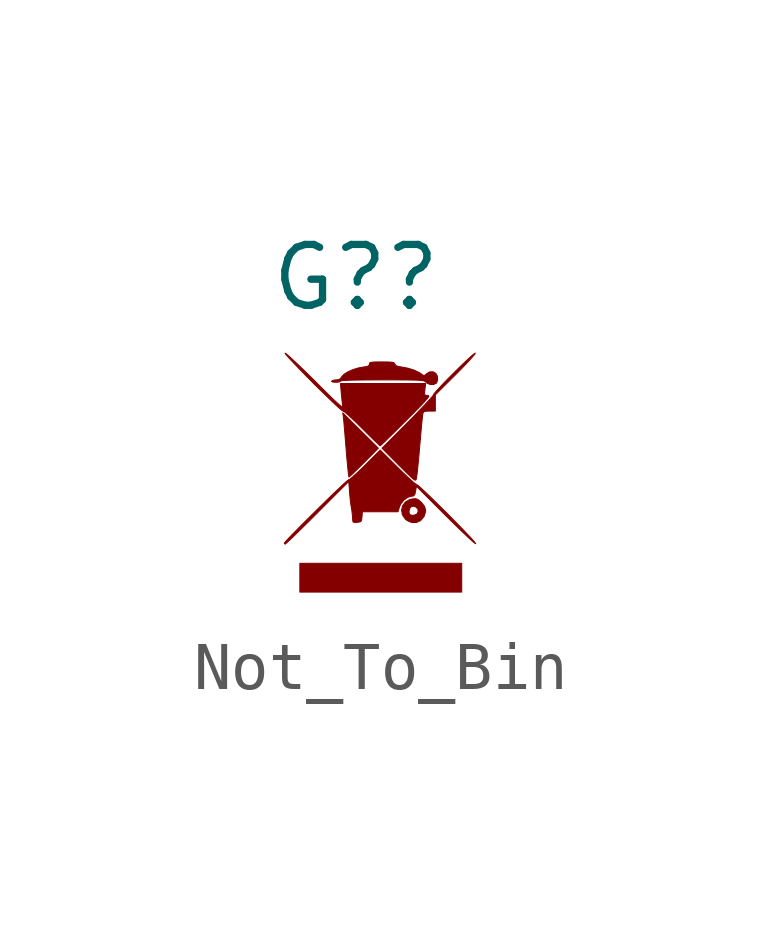
<source format=kicad_sym>
(kicad_symbol_lib
  (version 20231120)
  (generator "kicad_symbol_editor")
  (generator_version "8.0")
  (symbol "Not_To_Bin"
    (pin_names
      (offset 1.016))
    (property "Reference" "G?"
      (at -0.508 4.064 0)
      (effects (font (size 1.27 1.27))))
    (symbol "Not_To_Bin_0_0"
      (polyline (pts (xy 1.702 -2.202) (xy 1.702 -1.902) (xy 0.013 -1.902) (xy -1.677 -1.902) (xy -1.677 -2.202) (xy -1.677 -2.502) (xy 0.013 -2.502) (xy 1.702 -2.502) (xy 1.702 -2.202)) (stroke (width 0.01) (type default)) (fill (type outline)))
      (polyline (pts (xy -0.638 -0.09) (xy -0.593 -0.05) (xy -0.524 0.016) (xy -0.437 0.101) (xy -0.338 0.2) (xy -0.038 0.501) (xy -0.41 0.87) (xy -0.781 1.239) (xy -0.768 1.139) (xy -0.766 1.121) (xy -0.758 1.048) (xy -0.749 0.937) (xy -0.737 0.798) (xy -0.724 0.639) (xy -0.71 0.469) (xy -0.703 0.378) (xy -0.69 0.225) (xy -0.677 0.093) (xy -0.666 -0.01) (xy -0.657 -0.076) (xy -0.652 -0.1) (xy -0.638 -0.09)) (stroke (width 0.01) (type default)) (fill (type outline)))
      (polyline (pts (xy 0.759 -1.049) (xy 0.847 -1.007) (xy 0.913 -0.926) (xy 0.925 -0.903) (xy 0.95 -0.806) (xy 0.93 -0.72) (xy 0.863 -0.632) (xy 0.836 -0.607) (xy 0.785 -0.567) (xy 0.737 -0.553) (xy 0.669 -0.558) (xy 0.616 -0.57) (xy 0.526 -0.622) (xy 0.468 -0.699) (xy 0.446 -0.791) (xy 0.454 -0.834) (xy 0.601 -0.834) (xy 0.609 -0.773) (xy 0.637 -0.727) (xy 0.639 -0.725) (xy 0.695 -0.709) (xy 0.752 -0.729) (xy 0.789 -0.778) (xy 0.793 -0.812) (xy 0.775 -0.865) (xy 0.772 -0.867) (xy 0.724 -0.894) (xy 0.663 -0.9) (xy 0.617 -0.884) (xy 0.615 -0.882) (xy 0.601 -0.834) (xy 0.454 -0.834) (xy 0.463 -0.888) (xy 0.524 -0.978) (xy 0.566 -1.012) (xy 0.661 -1.051) (xy 0.759 -1.049)) (stroke (width 0.01) (type default)) (fill (type outline)))
      (polyline (pts (xy 0.749 -0.155) (xy 0.756 -0.132) (xy 0.76 -0.107) (xy 0.77 -0.033) (xy 0.782 0.077) (xy 0.796 0.216) (xy 0.811 0.377) (xy 0.826 0.55) (xy 0.837 0.673) (xy 0.851 0.837) (xy 0.864 0.981) (xy 0.876 1.098) (xy 0.885 1.18) (xy 0.89 1.22) (xy 0.893 1.233) (xy 0.911 1.261) (xy 0.951 1.273) (xy 1.026 1.276) (xy 1.151 1.276) (xy 1.151 1.445) (xy 1.151 1.615) (xy 1.575 2.038) (xy 1.657 2.12) (xy 1.766 2.232) (xy 1.858 2.33) (xy 1.928 2.408) (xy 1.972 2.461) (xy 1.985 2.485) (xy 1.984 2.486) (xy 1.958 2.47) (xy 1.904 2.425) (xy 1.828 2.356) (xy 1.736 2.269) (xy 1.634 2.17) (xy 1.527 2.064) (xy 1.421 1.958) (xy 1.322 1.856) (xy 1.236 1.765) (xy 1.168 1.691) (xy 1.124 1.639) (xy 1.111 1.614) (xy 1.109 1.608) (xy 1.08 1.571) (xy 1.022 1.506) (xy 0.939 1.416) (xy 0.835 1.306) (xy 0.713 1.181) (xy 0.579 1.045) (xy 0.038 0.501) (xy 0.388 0.149) (xy 0.458 0.08) (xy 0.56 -0.022) (xy 0.634 -0.093) (xy 0.685 -0.139) (xy 0.718 -0.162) (xy 0.738 -0.166) (xy 0.749 -0.155)) (stroke (width 0.01) (type default)) (fill (type outline)))
      (polyline (pts (xy 0.003 0.552) (xy 0.034 0.58) (xy 0.094 0.637) (xy 0.178 0.72) (xy 0.284 0.823) (xy 0.405 0.944) (xy 0.538 1.076) (xy 0.617 1.156) (xy 0.751 1.29) (xy 0.853 1.394) (xy 0.927 1.473) (xy 0.977 1.529) (xy 1.005 1.566) (xy 1.015 1.588) (xy 1.009 1.599) (xy 0.991 1.602) (xy 0.953 1.603) (xy 0.931 1.616) (xy 0.926 1.653) (xy 0.934 1.727) (xy 0.949 1.852) (xy 0.06 1.852) (xy -0.829 1.852) (xy -0.814 1.67) (xy -0.804 1.57) (xy -0.794 1.472) (xy -0.785 1.401) (xy -0.784 1.394) (xy -0.785 1.375) (xy -0.794 1.369) (xy -0.815 1.378) (xy -0.85 1.405) (xy -0.904 1.453) (xy -0.98 1.524) (xy -1.081 1.622) (xy -1.21 1.75) (xy -1.371 1.911) (xy -1.48 2.019) (xy -1.614 2.15) (xy -1.734 2.264) (xy -1.835 2.359) (xy -1.913 2.43) (xy -1.964 2.473) (xy -1.985 2.485) (xy -1.976 2.469) (xy -1.937 2.421) (xy -1.869 2.346) (xy -1.776 2.248) (xy -1.663 2.13) (xy -1.533 1.997) (xy -1.391 1.853) (xy -1.272 1.736) (xy -1.138 1.605) (xy -1.019 1.49) (xy -0.919 1.396) (xy -0.842 1.326) (xy -0.792 1.284) (xy -0.772 1.274) (xy -0.769 1.274) (xy -0.738 1.254) (xy -0.679 1.204) (xy -0.598 1.13) (xy -0.499 1.036) (xy -0.388 0.926) (xy -0.349 0.887) (xy -0.241 0.78) (xy -0.147 0.687) (xy -0.071 0.615) (xy -0.021 0.567) (xy -0.0001 0.55) (xy 0.003 0.552)) (stroke (width 0.01) (type default)) (fill (type outline)))
      (polyline (pts (xy 1.171 1.857) (xy 1.18 1.868) (xy 1.199 1.931) (xy 1.193 2.004) (xy 1.162 2.063) (xy 1.104 2.096) (xy 1.03 2.094) (xy 0.963 2.052) (xy 0.942 2.03) (xy 0.911 2.016) (xy 0.877 2.038) (xy 0.817 2.08) (xy 0.712 2.129) (xy 0.588 2.169) (xy 0.464 2.193) (xy 0.376 2.207) (xy 0.327 2.227) (xy 0.307 2.256) (xy 0.297 2.276) (xy 0.274 2.29) (xy 0.229 2.298) (xy 0.152 2.301) (xy 0.035 2.302) (xy 0.026 2.302) (xy -0.088 2.301) (xy -0.161 2.298) (xy -0.203 2.29) (xy -0.221 2.277) (xy -0.225 2.256) (xy -0.226 2.245) (xy -0.228 2.242) (xy -0.097 2.242) (xy -0.068 2.246) (xy -0.042 2.247) (xy 0.063 2.249) (xy 0.157 2.245) (xy 0.178 2.243) (xy 0.171 2.239) (xy 0.122 2.237) (xy 0.038 2.236) (xy -0.023 2.236) (xy -0.081 2.239) (xy -0.097 2.242) (xy -0.228 2.242) (xy -0.242 2.221) (xy -0.286 2.205) (xy -0.369 2.192) (xy -0.455 2.177) (xy -0.572 2.141) (xy -0.678 2.093) (xy -0.761 2.04) (xy -0.807 1.987) (xy -0.811 1.978) (xy -0.849 1.938) (xy -0.916 1.927) (xy -0.92 1.927) (xy -0.98 1.919) (xy -1.014 1.902) (xy -1.015 1.896) (xy -0.991 1.882) (xy -0.927 1.877) (xy -0.904 1.877) (xy -0.848 1.886) (xy -0.826 1.902) (xy -0.826 1.902) (xy -0.798 1.91) (xy -0.721 1.916) (xy -0.597 1.921) (xy -0.427 1.924) (xy -0.213 1.926) (xy 0.044 1.927) (xy 0.241 1.927) (xy 0.435 1.926) (xy 0.589 1.925) (xy 0.707 1.923) (xy 0.794 1.92) (xy 0.857 1.916) (xy 0.899 1.909) (xy 0.927 1.901) (xy 0.945 1.89) (xy 0.958 1.877) (xy 0.974 1.861) (xy 1.04 1.832) (xy 1.113 1.83) (xy 1.171 1.857)) (stroke (width 0.01) (type default)) (fill (type outline)))
      (polyline (pts (xy -1.983 -1.501) (xy -1.96 -1.482) (xy -1.906 -1.432) (xy -1.825 -1.355) (xy -1.72 -1.253) (xy -1.597 -1.132) (xy -1.459 -0.996) (xy -1.31 -0.847) (xy -0.656 -0.193) (xy -0.639 -0.416) (xy -0.637 -0.445) (xy -0.626 -0.564) (xy -0.612 -0.676) (xy -0.599 -0.758) (xy -0.593 -0.79) (xy -0.581 -0.886) (xy -0.576 -0.966) (xy -0.575 -0.988) (xy -0.569 -1.033) (xy -0.543 -1.049) (xy -0.482 -1.046) (xy -0.45 -1.043) (xy -0.406 -1.031) (xy -0.388 -0.999) (xy -0.38 -0.932) (xy -0.372 -0.826) (xy -0.001 -0.826) (xy 0.371 -0.826) (xy 0.404 -0.72) (xy 0.429 -0.665) (xy 0.495 -0.582) (xy 0.578 -0.523) (xy 0.665 -0.5) (xy 0.699 -0.494) (xy 0.723 -0.464) (xy 0.739 -0.397) (xy 0.756 -0.294) (xy 1.366 -0.903) (xy 1.484 -1.02) (xy 1.618 -1.152) (xy 1.739 -1.268) (xy 1.841 -1.364) (xy 1.92 -1.436) (xy 1.972 -1.48) (xy 1.994 -1.493) (xy 1.993 -1.489) (xy 1.968 -1.455) (xy 1.914 -1.393) (xy 1.835 -1.309) (xy 1.737 -1.206) (xy 1.624 -1.09) (xy 1.502 -0.966) (xy 1.375 -0.838) (xy 1.248 -0.712) (xy 1.126 -0.592) (xy 1.014 -0.483) (xy 0.917 -0.391) (xy 0.84 -0.32) (xy 0.787 -0.274) (xy 0.763 -0.26) (xy 0.76 -0.259) (xy 0.726 -0.236) (xy 0.665 -0.184) (xy 0.581 -0.108) (xy 0.481 -0.013) (xy 0.369 0.096) (xy 0.0001 0.462) (xy -0.32 0.143) (xy -0.417 0.047) (xy -0.51 -0.039) (xy -0.585 -0.106) (xy -0.636 -0.148) (xy -0.659 -0.158) (xy -0.677 -0.17) (xy -0.726 -0.212) (xy -0.801 -0.281) (xy -0.897 -0.372) (xy -1.01 -0.48) (xy -1.135 -0.601) (xy -1.266 -0.73) (xy -1.4 -0.862) (xy -1.531 -0.992) (xy -1.655 -1.116) (xy -1.767 -1.23) (xy -1.863 -1.328) (xy -1.937 -1.406) (xy -1.985 -1.459) (xy -2.002 -1.482) (xy -2.002 -1.483) (xy -1.983 -1.502) (xy -1.983 -1.501)) (stroke (width 0.01) (type default)) (fill (type outline))))))
</source>
